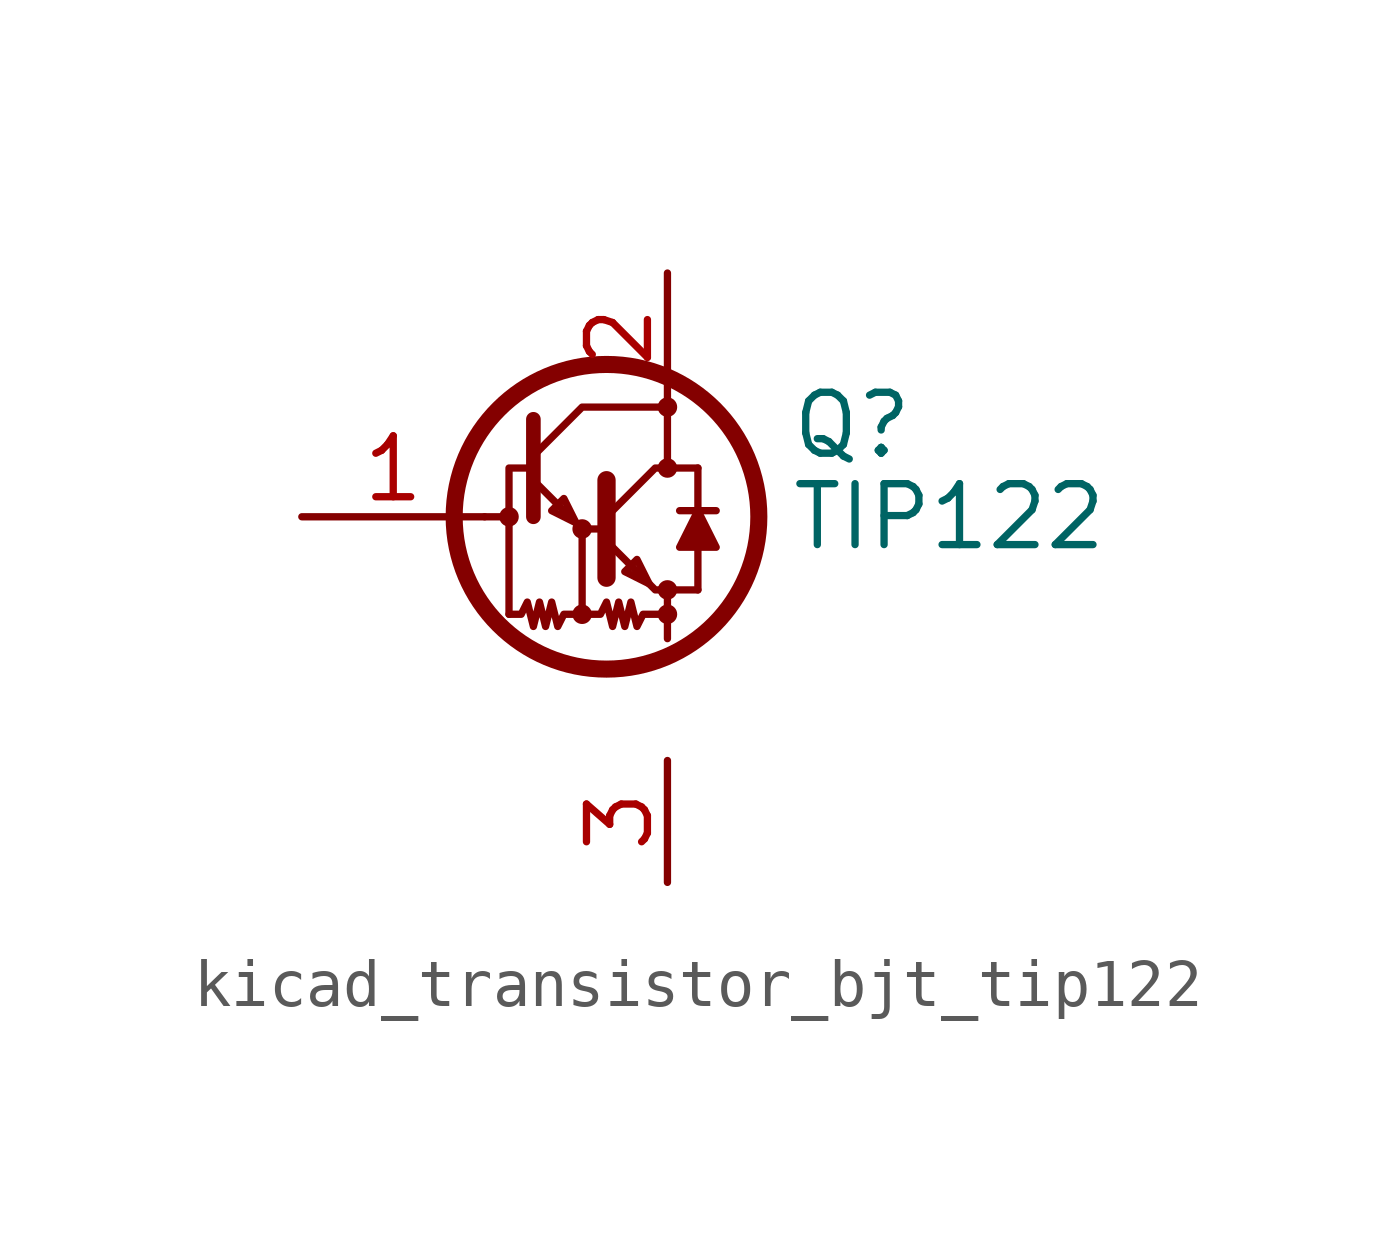
<source format=kicad_sym>
(kicad_symbol_lib
  (version 20220914)
  (generator kicad_symbol_editor)
  (symbol "kicad_transistor_bjt_tip122"
    (pin_names
      (offset 0) hide)
    (property "Reference" "Q"
      (at 5.08 1.905 0)
      (effects (font (size 1.27 1.27)) (justify left)))
    (property "Value" "TIP122"
      (at 5.08 0 0)
      (effects (font (size 1.27 1.27)) (justify left)))
    (symbol "kicad_transistor_bjt_tip122_0_1"
      (circle (center -0.762 0) (radius 0.127) (stroke (width 0) (type default)) (fill (type none)))
      (polyline (pts (xy -1.27 0) (xy -0.889 0)) (stroke (width 0) (type default)) (fill (type none)))
      (polyline (pts (xy 2.54 -2.032) (xy 2.54 -2.54)) (stroke (width 0) (type default)) (fill (type none)))
      (polyline (pts (xy 2.54 -1.524) (xy 3.175 -1.524)) (stroke (width 0) (type default)) (fill (type none)))
      (polyline (pts (xy 2.794 0.127) (xy 3.556 0.127)) (stroke (width 0) (type default)) (fill (type none)))
      (polyline (pts (xy 3.175 -0.635) (xy 3.175 -1.524)) (stroke (width 0) (type default)) (fill (type none)))
      (polyline (pts (xy 3.175 1.016) (xy 2.54 1.016)) (stroke (width 0) (type default)) (fill (type none)))
      (polyline (pts (xy 3.175 1.016) (xy 3.175 0.127)) (stroke (width 0) (type default)) (fill (type none)))
      (polyline (pts (xy -0.254 0.762) (xy 0.762 -0.254) (xy 1.27 -0.254)) (stroke (width 0) (type default)) (fill (type none)))
      (polyline (pts (xy -0.254 1.016) (xy -0.762 1.016) (xy -0.762 -2.032)) (stroke (width 0) (type default)) (fill (type none)))
      (polyline (pts (xy -0.254 1.27) (xy 0.762 2.286) (xy 2.54 2.286)) (stroke (width 0) (type default)) (fill (type none)))
      (polyline (pts (xy -0.254 2.032) (xy -0.254 0) (xy -0.254 0)) (stroke (width 0.305) (type default)) (fill (type none)))
      (polyline (pts (xy 1.27 0.762) (xy 1.27 -1.27) (xy 1.27 -1.27)) (stroke (width 0.381) (type default)) (fill (type none)))
      (polyline (pts (xy 0.635 -0.127) (xy 0.381 0.381) (xy 0.127 0.127) (xy 0.635 -0.127)) (stroke (width 0) (type default)) (fill (type none)))
      (polyline (pts (xy 1.27 -0.508) (xy 2.286 -1.524) (xy 2.54 -1.524) (xy 2.54 -2.032)) (stroke (width 0) (type default)) (fill (type none)))
      (polyline (pts (xy 1.27 0) (xy 2.286 1.016) (xy 2.54 1.016) (xy 2.54 2.286)) (stroke (width 0) (type default)) (fill (type none)))
      (polyline (pts (xy 2.159 -1.397) (xy 1.905 -0.889) (xy 1.651 -1.143) (xy 2.159 -1.397)) (stroke (width 0) (type default)) (fill (type none)))
      (polyline (pts (xy 3.175 0.127) (xy 2.794 -0.635) (xy 3.556 -0.635) (xy 3.175 0.127)) (stroke (width 0) (type default)) (fill (type outline)))
      (polyline (pts (xy 0.762 -2.032) (xy 0.381 -2.032) (xy 0.254 -2.286) (xy 0.127 -1.778) (xy 0 -2.286) (xy -0.127 -1.778) (xy -0.254 -2.286) (xy -0.381 -1.778) (xy -0.508 -2.032) (xy -0.762 -2.032)) (stroke (width 0) (type default)) (fill (type none)))
      (polyline (pts (xy 0.762 -0.254) (xy 0.762 -2.032) (xy 1.143 -2.032) (xy 1.27 -1.778) (xy 1.397 -2.286) (xy 1.524 -1.778) (xy 1.651 -2.286) (xy 1.778 -1.778) (xy 1.905 -2.286) (xy 2.032 -2.032) (xy 2.54 -2.032)) (stroke (width 0) (type default)) (fill (type none)))
      (circle (center 0.762 -2.032) (radius 0.127) (stroke (width 0) (type default)) (fill (type none)))
      (circle (center 0.762 -0.254) (radius 0.127) (stroke (width 0) (type default)) (fill (type none)))
      (circle (center 1.27 0) (radius 3.175) (stroke (width 0.356) (type default)) (fill (type none)))
      (circle (center 2.54 -2.032) (radius 0.127) (stroke (width 0) (type default)) (fill (type none)))
      (circle (center 2.54 -1.524) (radius 0.127) (stroke (width 0) (type default)) (fill (type none)))
      (circle (center 2.54 1.016) (radius 0.127) (stroke (width 0) (type default)) (fill (type none)))
      (circle (center 2.54 2.286) (radius 0.127) (stroke (width 0) (type default)) (fill (type none))))
    (symbol "kicad_transistor_bjt_tip122_1_1"
      (pin input line (at -5.08 0 0) (length 3.81) (name "B" (effects (font (size 1.27 1.27)))) (number "1" (effects (font (size 1.27 1.27)))))
      (pin passive line (at 2.54 5.08 270) (length 2.667) (name "C" (effects (font (size 1.27 1.27)))) (number "2" (effects (font (size 1.27 1.27)))))
      (pin passive line (at 2.54 -5.08 270) (length 2.54) (name "E" (effects (font (size 1.27 1.27)))) (number "3" (effects (font (size 1.27 1.27))))))))
</source>
